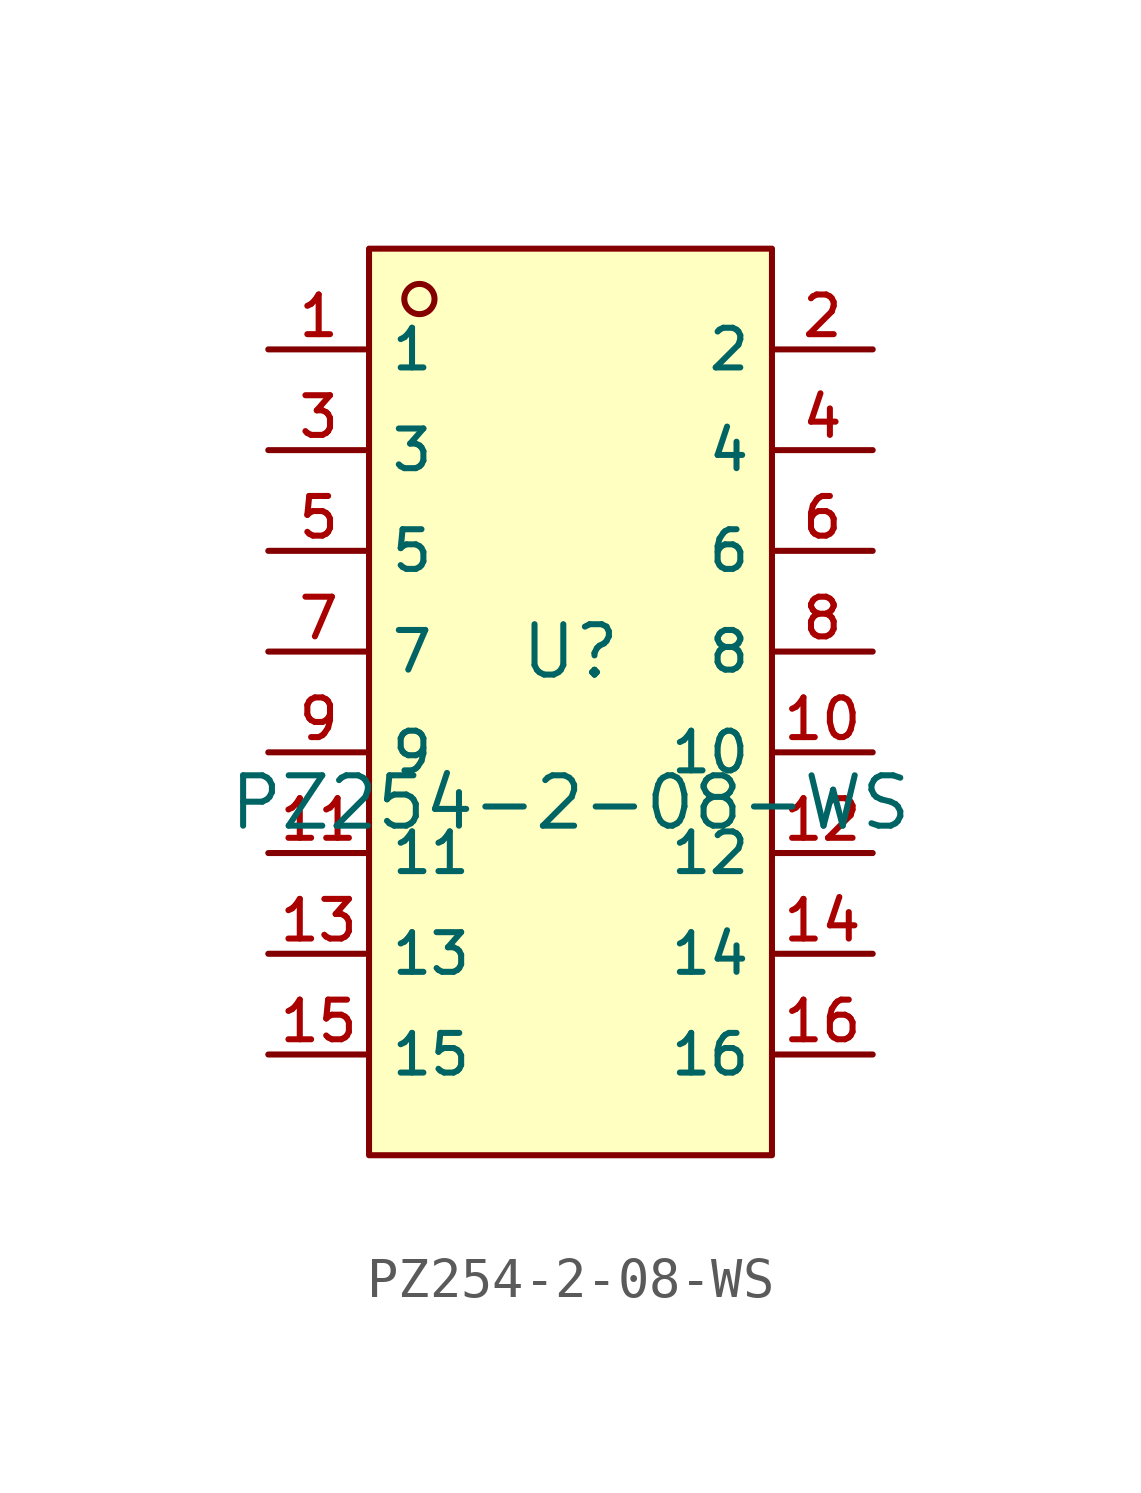
<source format=kicad_sym>
(kicad_symbol_lib
  (version 20210201)
  (generator TousstNicolas/JLC2KiCad_lib)
  (symbol "PZ254-2-08-WS"
    (property "Reference" "U"
      (at 0 1.27 0)
      (effects (font (size 1.27 1.27))))
    (property "Value" "PZ254-2-08-WS"
      (at 0 -2.54 0)
      (effects (font (size 1.27 1.27))))
    (symbol "PZ254-2-08-WS_0_1"
      (rectangle (start -5.08 11.43) (end 5.08 -11.43) (stroke (width 0) (type default) (color 0 0 0 0)) (fill (type background)))
      (circle (center -3.81 10.16) (radius 0.381) (stroke (width 0) (type default) (color 0 0 0 0)) (fill (type background)))
      (pin unspecified line (at -7.62 8.89 0) (length 2.54) (name "1" (effects (font (size 1 1)))) (number "1" (effects (font (size 1 1)))))
      (pin unspecified line (at 7.62 -8.89 180) (length 2.54) (name "16" (effects (font (size 1 1)))) (number "16" (effects (font (size 1 1)))))
      (pin unspecified line (at -7.62 6.35 0) (length 2.54) (name "3" (effects (font (size 1 1)))) (number "3" (effects (font (size 1 1)))))
      (pin unspecified line (at 7.62 -6.35 180) (length 2.54) (name "14" (effects (font (size 1 1)))) (number "14" (effects (font (size 1 1)))))
      (pin unspecified line (at -7.62 3.81 0) (length 2.54) (name "5" (effects (font (size 1 1)))) (number "5" (effects (font (size 1 1)))))
      (pin unspecified line (at 7.62 -3.81 180) (length 2.54) (name "12" (effects (font (size 1 1)))) (number "12" (effects (font (size 1 1)))))
      (pin unspecified line (at -7.62 1.27 0) (length 2.54) (name "7" (effects (font (size 1 1)))) (number "7" (effects (font (size 1 1)))))
      (pin unspecified line (at 7.62 -1.27 180) (length 2.54) (name "10" (effects (font (size 1 1)))) (number "10" (effects (font (size 1 1)))))
      (pin unspecified line (at -7.62 -1.27 0) (length 2.54) (name "9" (effects (font (size 1 1)))) (number "9" (effects (font (size 1 1)))))
      (pin unspecified line (at 7.62 1.27 180) (length 2.54) (name "8" (effects (font (size 1 1)))) (number "8" (effects (font (size 1 1)))))
      (pin unspecified line (at -7.62 -3.81 0) (length 2.54) (name "11" (effects (font (size 1 1)))) (number "11" (effects (font (size 1 1)))))
      (pin unspecified line (at 7.62 3.81 180) (length 2.54) (name "6" (effects (font (size 1 1)))) (number "6" (effects (font (size 1 1)))))
      (pin unspecified line (at -7.62 -6.35 0) (length 2.54) (name "13" (effects (font (size 1 1)))) (number "13" (effects (font (size 1 1)))))
      (pin unspecified line (at 7.62 6.35 180) (length 2.54) (name "4" (effects (font (size 1 1)))) (number "4" (effects (font (size 1 1)))))
      (pin unspecified line (at -7.62 -8.89 0) (length 2.54) (name "15" (effects (font (size 1 1)))) (number "15" (effects (font (size 1 1)))))
      (pin unspecified line (at 7.62 8.89 180) (length 2.54) (name "2" (effects (font (size 1 1)))) (number "2" (effects (font (size 1 1))))))))
</source>
